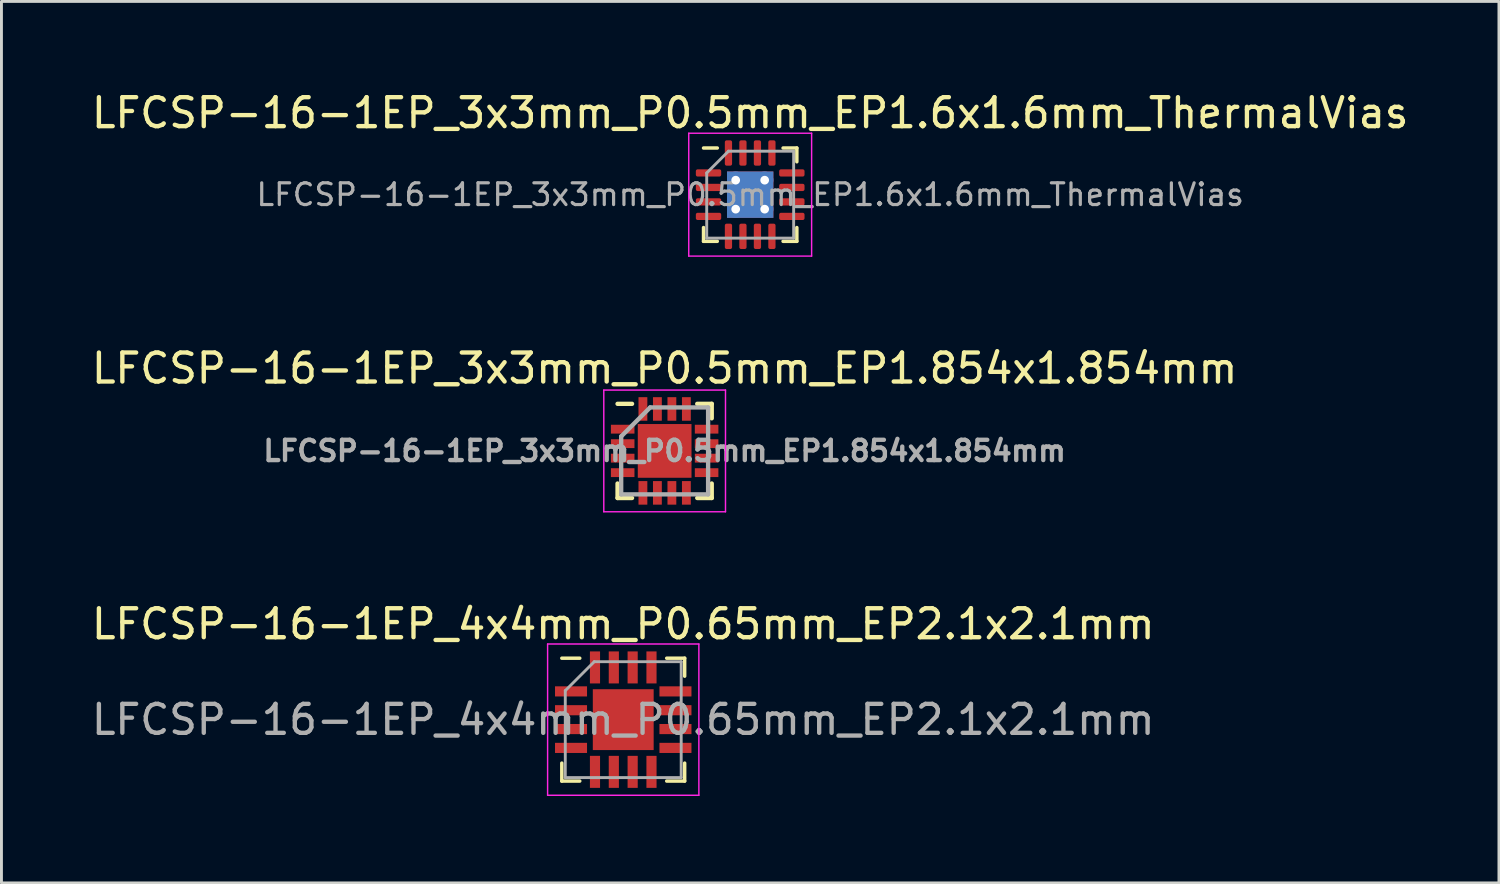
<source format=kicad_pcb>
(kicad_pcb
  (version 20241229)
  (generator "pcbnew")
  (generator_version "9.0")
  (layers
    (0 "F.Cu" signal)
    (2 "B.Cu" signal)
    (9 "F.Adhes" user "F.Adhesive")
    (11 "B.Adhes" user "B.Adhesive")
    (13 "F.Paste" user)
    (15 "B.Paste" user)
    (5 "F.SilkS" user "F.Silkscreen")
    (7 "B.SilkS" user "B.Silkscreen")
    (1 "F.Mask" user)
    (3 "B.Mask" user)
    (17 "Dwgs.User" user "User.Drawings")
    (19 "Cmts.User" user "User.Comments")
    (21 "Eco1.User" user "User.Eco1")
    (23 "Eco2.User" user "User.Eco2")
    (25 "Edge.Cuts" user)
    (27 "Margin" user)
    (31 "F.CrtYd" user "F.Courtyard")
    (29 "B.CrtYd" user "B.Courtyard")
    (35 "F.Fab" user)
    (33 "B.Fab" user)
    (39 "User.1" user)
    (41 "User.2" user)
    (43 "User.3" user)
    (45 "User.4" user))
  (footprint "LFCSP-16-1EP_3x3mm_P0.5mm_EP1.854x1.854mm"
    (layer "F.Cu")
    (at 19.887 12.511)
    (property "Reference" "LFCSP-16-1EP_3x3mm_P0.5mm_EP1.854x1.854mm" (at 0 -2.85 0) (layer "F.SilkS") (effects (font (size 1 1) (thickness 0.15))))
    (attr smd)
    (fp_line (start -1.625 -1.625) (end -1.125 -1.625) (stroke (width 0.15) (type solid)) (layer "F.SilkS"))
    (fp_line (start -1.625 1.625) (end -1.625 1.125) (stroke (width 0.15) (type solid)) (layer "F.SilkS"))
    (fp_line (start -1.625 1.625) (end -1.125 1.625) (stroke (width 0.15) (type solid)) (layer "F.SilkS"))
    (fp_line (start 1.625 -1.625) (end 1.125 -1.625) (stroke (width 0.15) (type solid)) (layer "F.SilkS"))
    (fp_line (start 1.625 -1.625) (end 1.625 -1.125) (stroke (width 0.15) (type solid)) (layer "F.SilkS"))
    (fp_line (start 1.625 1.625) (end 1.125 1.625) (stroke (width 0.15) (type solid)) (layer "F.SilkS"))
    (fp_line (start 1.625 1.625) (end 1.625 1.125) (stroke (width 0.15) (type solid)) (layer "F.SilkS"))
    (fp_line (start -2.1 -2.1) (end -2.1 2.1) (stroke (width 0.05) (type solid)) (layer "F.CrtYd"))
    (fp_line (start -2.1 -2.1) (end 2.1 -2.1) (stroke (width 0.05) (type solid)) (layer "F.CrtYd"))
    (fp_line (start -2.1 2.1) (end 2.1 2.1) (stroke (width 0.05) (type solid)) (layer "F.CrtYd"))
    (fp_line (start 2.1 -2.1) (end 2.1 2.1) (stroke (width 0.05) (type solid)) (layer "F.CrtYd"))
    (fp_line (start -1.5 -0.5) (end -0.5 -1.5) (stroke (width 0.15) (type solid)) (layer "F.Fab"))
    (fp_line (start -1.5 1.5) (end -1.5 -0.5) (stroke (width 0.15) (type solid)) (layer "F.Fab"))
    (fp_line (start -0.5 -1.5) (end 1.5 -1.5) (stroke (width 0.15) (type solid)) (layer "F.Fab"))
    (fp_line (start 1.5 -1.5) (end 1.5 1.5) (stroke (width 0.15) (type solid)) (layer "F.Fab"))
    (fp_line (start 1.5 1.5) (end -1.5 1.5) (stroke (width 0.15) (type solid)) (layer "F.Fab"))
    (fp_text user "${REFERENCE}" (at 0 0 0) (layer "F.Fab") (effects (font (size 0.7 0.7) (thickness 0.15))))
    (pad "" smd rect (at -0.45 -0.45) (size 0.7 0.7) (layers "F.Paste"))
    (pad "" smd rect (at -0.45 0.45) (size 0.7 0.7) (layers "F.Paste"))
    (pad "" smd rect (at 0.45 -0.45) (size 0.7 0.7) (layers "F.Paste"))
    (pad "" smd rect (at 0.45 0.45) (size 0.7 0.7) (layers "F.Paste"))
    (pad "1" smd rect (at -1.448 -0.75) (size 0.813 0.305) (layers "F.Cu" "F.Mask" "F.Paste"))
    (pad "2" smd rect (at -1.448 -0.25) (size 0.813 0.305) (layers "F.Cu" "F.Mask" "F.Paste"))
    (pad "3" smd rect (at -1.448 0.25) (size 0.813 0.305) (layers "F.Cu" "F.Mask" "F.Paste"))
    (pad "4" smd rect (at -1.448 0.75) (size 0.813 0.305) (layers "F.Cu" "F.Mask" "F.Paste"))
    (pad "5" smd rect (at -0.75 1.448) (size 0.305 0.813) (layers "F.Cu" "F.Mask" "F.Paste"))
    (pad "6" smd rect (at -0.25 1.448) (size 0.305 0.813) (layers "F.Cu" "F.Mask" "F.Paste"))
    (pad "7" smd rect (at 0.25 1.448) (size 0.305 0.813) (layers "F.Cu" "F.Mask" "F.Paste"))
    (pad "8" smd rect (at 0.75 1.448) (size 0.305 0.813) (layers "F.Cu" "F.Mask" "F.Paste"))
    (pad "9" smd rect (at 1.448 0.75) (size 0.813 0.305) (layers "F.Cu" "F.Mask" "F.Paste"))
    (pad "10" smd rect (at 1.448 0.25) (size 0.813 0.305) (layers "F.Cu" "F.Mask" "F.Paste"))
    (pad "11" smd rect (at 1.448 -0.25) (size 0.813 0.305) (layers "F.Cu" "F.Mask" "F.Paste"))
    (pad "12" smd rect (at 1.448 -0.75) (size 0.813 0.305) (layers "F.Cu" "F.Mask" "F.Paste"))
    (pad "13" smd rect (at 0.75 -1.448) (size 0.305 0.813) (layers "F.Cu" "F.Mask" "F.Paste"))
    (pad "14" smd rect (at 0.25 -1.448) (size 0.305 0.813) (layers "F.Cu" "F.Mask" "F.Paste"))
    (pad "15" smd rect (at -0.25 -1.448) (size 0.305 0.813) (layers "F.Cu" "F.Mask" "F.Paste"))
    (pad "16" smd rect (at -0.75 -1.448) (size 0.305 0.813) (layers "F.Cu" "F.Mask" "F.Paste"))
    (pad "17" smd rect (at 0 0) (size 1.854 1.854) (layers "F.Cu" "F.Mask")))
  (footprint "LFCSP-16-1EP_4x4mm_P0.65mm_EP2.1x2.1mm"
    (layer "F.Cu")
    (at 18.458 21.785)
    (property "Reference" "LFCSP-16-1EP_4x4mm_P0.65mm_EP2.1x2.1mm" (at 0 -3.3 0) (layer "F.SilkS") (effects (font (size 1 1) (thickness 0.15))))
    (attr smd)
    (fp_line (start -2.12 2.12) (end -2.12 1.5) (stroke (width 0.12) (type solid)) (layer "F.SilkS"))
    (fp_line (start -1.5 -2.12) (end -2.12 -2.12) (stroke (width 0.12) (type solid)) (layer "F.SilkS"))
    (fp_line (start -1.5 2.12) (end -2.12 2.12) (stroke (width 0.12) (type solid)) (layer "F.SilkS"))
    (fp_line (start 1.5 -2.12) (end 2.12 -2.12) (stroke (width 0.12) (type solid)) (layer "F.SilkS"))
    (fp_line (start 1.5 2.12) (end 2.12 2.12) (stroke (width 0.12) (type solid)) (layer "F.SilkS"))
    (fp_line (start 2.12 -2.12) (end 2.12 -1.5) (stroke (width 0.12) (type solid)) (layer "F.SilkS"))
    (fp_line (start 2.12 2.12) (end 2.12 1.5) (stroke (width 0.12) (type solid)) (layer "F.SilkS"))
    (fp_line (start -2.61 -2.61) (end 2.61 -2.61) (stroke (width 0.05) (type solid)) (layer "F.CrtYd"))
    (fp_line (start -2.61 2.61) (end -2.61 -2.61) (stroke (width 0.05) (type solid)) (layer "F.CrtYd"))
    (fp_line (start 2.61 -2.61) (end 2.61 2.61) (stroke (width 0.05) (type solid)) (layer "F.CrtYd"))
    (fp_line (start 2.61 2.61) (end -2.61 2.61) (stroke (width 0.05) (type solid)) (layer "F.CrtYd"))
    (fp_line (start -2 2) (end -2 -1) (stroke (width 0.1) (type solid)) (layer "F.Fab"))
    (fp_line (start -1 -2) (end -2 -1) (stroke (width 0.1) (type solid)) (layer "F.Fab"))
    (fp_line (start -1 -2) (end 2 -2) (stroke (width 0.1) (type solid)) (layer "F.Fab"))
    (fp_line (start 2 -2) (end 2 2) (stroke (width 0.1) (type solid)) (layer "F.Fab"))
    (fp_line (start 2 2) (end -2 2) (stroke (width 0.1) (type solid)) (layer "F.Fab"))
    (fp_text user "${REFERENCE}" (at 0 0 0) (layer "F.Fab") (effects (font (size 1 1) (thickness 0.15))))
    (pad "" smd rect (at -0.525 -0.525) (size 0.9 0.9) (layers "F.Paste"))
    (pad "" smd rect (at -0.525 0.525) (size 0.9 0.9) (layers "F.Paste"))
    (pad "" smd rect (at 0.525 -0.525) (size 0.9 0.9) (layers "F.Paste"))
    (pad "" smd rect (at 0.525 0.525) (size 0.9 0.9) (layers "F.Paste"))
    (pad "1" smd rect (at -1.802 -0.975) (size 1.105 0.35) (layers "F.Cu" "F.Mask" "F.Paste"))
    (pad "2" smd rect (at -1.802 -0.325) (size 1.105 0.35) (layers "F.Cu" "F.Mask" "F.Paste"))
    (pad "3" smd rect (at -1.802 0.325) (size 1.105 0.35) (layers "F.Cu" "F.Mask" "F.Paste"))
    (pad "4" smd rect (at -1.802 0.975) (size 1.105 0.35) (layers "F.Cu" "F.Mask" "F.Paste"))
    (pad "5" smd rect (at -0.975 1.802) (size 0.35 1.105) (layers "F.Cu" "F.Mask" "F.Paste"))
    (pad "6" smd rect (at -0.325 1.802) (size 0.35 1.105) (layers "F.Cu" "F.Mask" "F.Paste"))
    (pad "7" smd rect (at 0.325 1.802) (size 0.35 1.105) (layers "F.Cu" "F.Mask" "F.Paste"))
    (pad "8" smd rect (at 0.975 1.802) (size 0.35 1.105) (layers "F.Cu" "F.Mask" "F.Paste"))
    (pad "9" smd rect (at 1.802 0.975) (size 1.105 0.35) (layers "F.Cu" "F.Mask" "F.Paste"))
    (pad "10" smd rect (at 1.802 0.325) (size 1.105 0.35) (layers "F.Cu" "F.Mask" "F.Paste"))
    (pad "11" smd rect (at 1.802 -0.325) (size 1.105 0.35) (layers "F.Cu" "F.Mask" "F.Paste"))
    (pad "12" smd rect (at 1.802 -0.975) (size 1.105 0.35) (layers "F.Cu" "F.Mask" "F.Paste"))
    (pad "13" smd rect (at 0.975 -1.802) (size 0.35 1.105) (layers "F.Cu" "F.Mask" "F.Paste"))
    (pad "14" smd rect (at 0.325 -1.802) (size 0.35 1.105) (layers "F.Cu" "F.Mask" "F.Paste"))
    (pad "15" smd rect (at -0.325 -1.802) (size 0.35 1.105) (layers "F.Cu" "F.Mask" "F.Paste"))
    (pad "16" smd rect (at -0.975 -1.802) (size 0.35 1.105) (layers "F.Cu" "F.Mask" "F.Paste"))
    (pad "17" smd rect (at 0 0) (size 2.1 2.1) (layers "F.Cu" "F.Mask")))
  (footprint "LFCSP-16-1EP_3x3mm_P0.5mm_EP1.6x1.6mm_ThermalVias"
    (layer "F.Cu")
    (at 22.839 3.668)
    (property "Reference" "LFCSP-16-1EP_3x3mm_P0.5mm_EP1.6x1.6mm_ThermalVias" (at 0 -2.82 0) (layer "F.SilkS") (effects (font (size 1 1) (thickness 0.15))))
    (attr smd)
    (fp_line (start -1.61 1.61) (end -1.61 1.135) (stroke (width 0.12) (type solid)) (layer "F.SilkS"))
    (fp_line (start -1.135 -1.61) (end -1.61 -1.61) (stroke (width 0.12) (type solid)) (layer "F.SilkS"))
    (fp_line (start -1.135 1.61) (end -1.61 1.61) (stroke (width 0.12) (type solid)) (layer "F.SilkS"))
    (fp_line (start 1.135 -1.61) (end 1.61 -1.61) (stroke (width 0.12) (type solid)) (layer "F.SilkS"))
    (fp_line (start 1.135 1.61) (end 1.61 1.61) (stroke (width 0.12) (type solid)) (layer "F.SilkS"))
    (fp_line (start 1.61 -1.61) (end 1.61 -1.135) (stroke (width 0.12) (type solid)) (layer "F.SilkS"))
    (fp_line (start 1.61 1.61) (end 1.61 1.135) (stroke (width 0.12) (type solid)) (layer "F.SilkS"))
    (fp_line (start -2.12 -2.12) (end -2.12 2.12) (stroke (width 0.05) (type solid)) (layer "F.CrtYd"))
    (fp_line (start -2.12 2.12) (end 2.12 2.12) (stroke (width 0.05) (type solid)) (layer "F.CrtYd"))
    (fp_line (start 2.12 -2.12) (end -2.12 -2.12) (stroke (width 0.05) (type solid)) (layer "F.CrtYd"))
    (fp_line (start 2.12 2.12) (end 2.12 -2.12) (stroke (width 0.05) (type solid)) (layer "F.CrtYd"))
    (fp_line (start -1.5 -0.75) (end -0.75 -1.5) (stroke (width 0.1) (type solid)) (layer "F.Fab"))
    (fp_line (start -1.5 1.5) (end -1.5 -0.75) (stroke (width 0.1) (type solid)) (layer "F.Fab"))
    (fp_line (start -0.75 -1.5) (end 1.5 -1.5) (stroke (width 0.1) (type solid)) (layer "F.Fab"))
    (fp_line (start 1.5 -1.5) (end 1.5 1.5) (stroke (width 0.1) (type solid)) (layer "F.Fab"))
    (fp_line (start 1.5 1.5) (end -1.5 1.5) (stroke (width 0.1) (type solid)) (layer "F.Fab"))
    (fp_text user "${REFERENCE}" (at 0 0 0) (layer "F.Fab") (effects (font (size 0.75 0.75) (thickness 0.11))))
    (pad "" smd roundrect (at -0.4 -0.4) (size 0.69 0.69) (layers "F.Paste") (roundrect_rratio 0.25))
    (pad "" smd roundrect (at -0.4 0.4) (size 0.69 0.69) (layers "F.Paste") (roundrect_rratio 0.25))
    (pad "" smd roundrect (at 0.4 -0.4) (size 0.69 0.69) (layers "F.Paste") (roundrect_rratio 0.25))
    (pad "" smd roundrect (at 0.4 0.4) (size 0.69 0.69) (layers "F.Paste") (roundrect_rratio 0.25))
    (pad "1" smd roundrect (at -1.438 -0.75) (size 0.875 0.25) (layers "F.Cu" "F.Mask" "F.Paste") (roundrect_rratio 0.25))
    (pad "2" smd roundrect (at -1.438 -0.25) (size 0.875 0.25) (layers "F.Cu" "F.Mask" "F.Paste") (roundrect_rratio 0.25))
    (pad "3" smd roundrect (at -1.438 0.25) (size 0.875 0.25) (layers "F.Cu" "F.Mask" "F.Paste") (roundrect_rratio 0.25))
    (pad "4" smd roundrect (at -1.438 0.75) (size 0.875 0.25) (layers "F.Cu" "F.Mask" "F.Paste") (roundrect_rratio 0.25))
    (pad "5" smd roundrect (at -0.75 1.438) (size 0.25 0.875) (layers "F.Cu" "F.Mask" "F.Paste") (roundrect_rratio 0.25))
    (pad "6" smd roundrect (at -0.25 1.438) (size 0.25 0.875) (layers "F.Cu" "F.Mask" "F.Paste") (roundrect_rratio 0.25))
    (pad "7" smd roundrect (at 0.25 1.438) (size 0.25 0.875) (layers "F.Cu" "F.Mask" "F.Paste") (roundrect_rratio 0.25))
    (pad "8" smd roundrect (at 0.75 1.438) (size 0.25 0.875) (layers "F.Cu" "F.Mask" "F.Paste") (roundrect_rratio 0.25))
    (pad "9" smd roundrect (at 1.438 0.75) (size 0.875 0.25) (layers "F.Cu" "F.Mask" "F.Paste") (roundrect_rratio 0.25))
    (pad "10" smd roundrect (at 1.438 0.25) (size 0.875 0.25) (layers "F.Cu" "F.Mask" "F.Paste") (roundrect_rratio 0.25))
    (pad "11" smd roundrect (at 1.438 -0.25) (size 0.875 0.25) (layers "F.Cu" "F.Mask" "F.Paste") (roundrect_rratio 0.25))
    (pad "12" smd roundrect (at 1.438 -0.75) (size 0.875 0.25) (layers "F.Cu" "F.Mask" "F.Paste") (roundrect_rratio 0.25))
    (pad "13" smd roundrect (at 0.75 -1.438) (size 0.25 0.875) (layers "F.Cu" "F.Mask" "F.Paste") (roundrect_rratio 0.25))
    (pad "14" smd roundrect (at 0.25 -1.438) (size 0.25 0.875) (layers "F.Cu" "F.Mask" "F.Paste") (roundrect_rratio 0.25))
    (pad "15" smd roundrect (at -0.25 -1.438) (size 0.25 0.875) (layers "F.Cu" "F.Mask" "F.Paste") (roundrect_rratio 0.25))
    (pad "16" smd roundrect (at -0.75 -1.438) (size 0.25 0.875) (layers "F.Cu" "F.Mask" "F.Paste") (roundrect_rratio 0.25))
    (pad "17" thru_hole circle (at -0.5 -0.5) (size 0.6 0.6) (drill 0.3) (layers "*.Cu"))
    (pad "17" thru_hole circle (at -0.5 0.5) (size 0.6 0.6) (drill 0.3) (layers "*.Cu"))
    (pad "17" smd rect (at 0 0) (size 1.6 1.6) (layers "F.Cu" "F.Mask"))
    (pad "17" smd rect (at 0 0) (size 1.6 1.6) (layers "B.Cu"))
    (pad "17" thru_hole circle (at 0.5 -0.5) (size 0.6 0.6) (drill 0.3) (layers "*.Cu"))
    (pad "17" thru_hole circle (at 0.5 0.5) (size 0.6 0.6) (drill 0.3) (layers "*.Cu")))
  (gr_rect
    (start -3 -3)
    (end 48.679 27.42)
    (stroke (width 0.1) (type default))
    (fill no)
    (layer "Edge.Cuts")))
</source>
